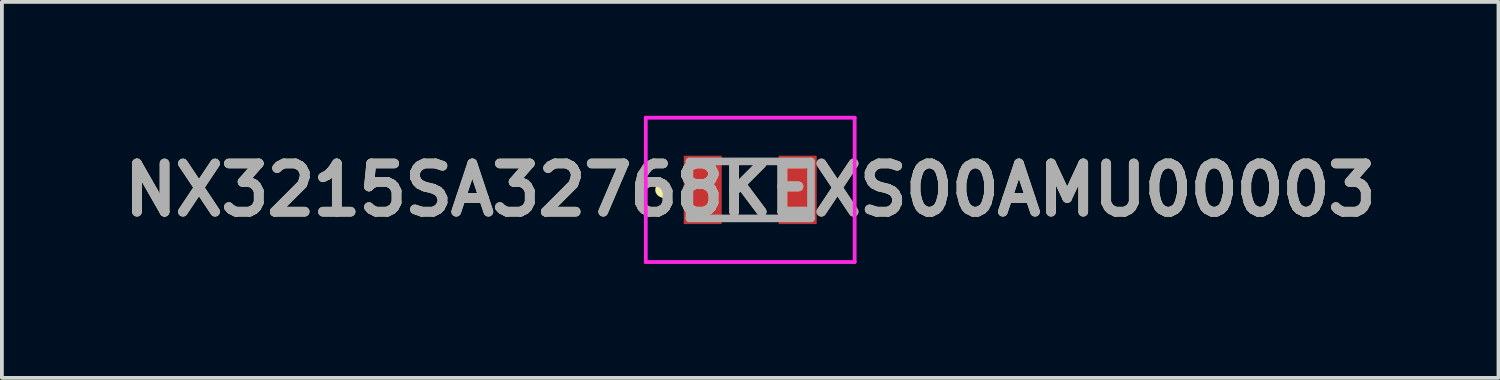
<source format=kicad_pcb>
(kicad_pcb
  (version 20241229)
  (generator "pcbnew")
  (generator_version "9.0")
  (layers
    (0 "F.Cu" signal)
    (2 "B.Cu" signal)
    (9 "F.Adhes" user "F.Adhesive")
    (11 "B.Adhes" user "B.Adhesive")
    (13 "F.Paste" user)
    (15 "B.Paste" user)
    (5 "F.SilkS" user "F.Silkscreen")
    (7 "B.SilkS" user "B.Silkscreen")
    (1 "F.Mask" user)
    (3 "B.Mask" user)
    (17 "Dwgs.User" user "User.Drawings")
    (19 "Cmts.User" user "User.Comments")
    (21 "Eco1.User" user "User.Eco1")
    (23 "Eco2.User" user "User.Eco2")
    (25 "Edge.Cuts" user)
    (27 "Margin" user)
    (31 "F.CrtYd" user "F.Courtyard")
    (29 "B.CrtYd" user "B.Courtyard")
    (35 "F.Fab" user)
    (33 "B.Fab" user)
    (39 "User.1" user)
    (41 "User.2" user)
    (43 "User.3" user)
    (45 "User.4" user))
  (footprint "NX3215SA32768KEXS00AMU00003"
    (layer "F.Cu")
    (at 16.704 1.95)
    (property "Reference" "NX3215SA32768KEXS00AMU00003" (at 0 0 0) (layer "F.SilkS") (effects (font (size 1.27 1.27) (thickness 0.254))))
    (attr smd)
    (fp_line (start -2.3 -0.1) (end -2.3 -0.1) (stroke (width 0.2) (type solid)) (layer "F.SilkS"))
    (fp_line (start -2.3 0.1) (end -2.3 0.1) (stroke (width 0.2) (type solid)) (layer "F.SilkS"))
    (fp_line (start -0.5 -0.75) (end 0.5 -0.75) (stroke (width 0.1) (type solid)) (layer "F.SilkS"))
    (fp_line (start -0.5 0.75) (end 0.5 0.75) (stroke (width 0.1) (type solid)) (layer "F.SilkS"))
    (fp_arc (start -2.3 -0.1) (mid -2.2 0) (end -2.3 0.1) (stroke (width 0.2) (type solid)) (layer "F.SilkS"))
    (fp_arc (start -2.3 0.1) (mid -2.4 0) (end -2.3 -0.1) (stroke (width 0.2) (type solid)) (layer "F.SilkS"))
    (fp_line (start -2.75 -1.9) (end 2.75 -1.9) (stroke (width 0.1) (type solid)) (layer "F.CrtYd"))
    (fp_line (start -2.75 1.9) (end -2.75 -1.9) (stroke (width 0.1) (type solid)) (layer "F.CrtYd"))
    (fp_line (start 2.75 -1.9) (end 2.75 1.9) (stroke (width 0.1) (type solid)) (layer "F.CrtYd"))
    (fp_line (start 2.75 1.9) (end -2.75 1.9) (stroke (width 0.1) (type solid)) (layer "F.CrtYd"))
    (fp_line (start -1.6 -0.75) (end 1.6 -0.75) (stroke (width 0.2) (type solid)) (layer "F.Fab"))
    (fp_line (start -1.6 0.75) (end -1.6 -0.75) (stroke (width 0.2) (type solid)) (layer "F.Fab"))
    (fp_line (start 1.6 -0.75) (end 1.6 0.75) (stroke (width 0.2) (type solid)) (layer "F.Fab"))
    (fp_line (start 1.6 0.75) (end -1.6 0.75) (stroke (width 0.2) (type solid)) (layer "F.Fab"))
    (fp_text user "${REFERENCE}" (at 0 0 0) (layer "F.Fab") (effects (font (size 1.27 1.27) (thickness 0.254))))
    (pad "1" smd rect (at -1.25 0) (size 1 1.8) (layers "F.Cu" "F.Mask" "F.Paste"))
    (pad "2" smd rect (at 1.25 0) (size 1 1.8) (layers "F.Cu" "F.Mask" "F.Paste")))
  (gr_rect
    (start -3 -3)
    (end 36.407 6.9)
    (stroke (width 0.1) (type default))
    (fill no)
    (layer "Edge.Cuts")))
</source>
